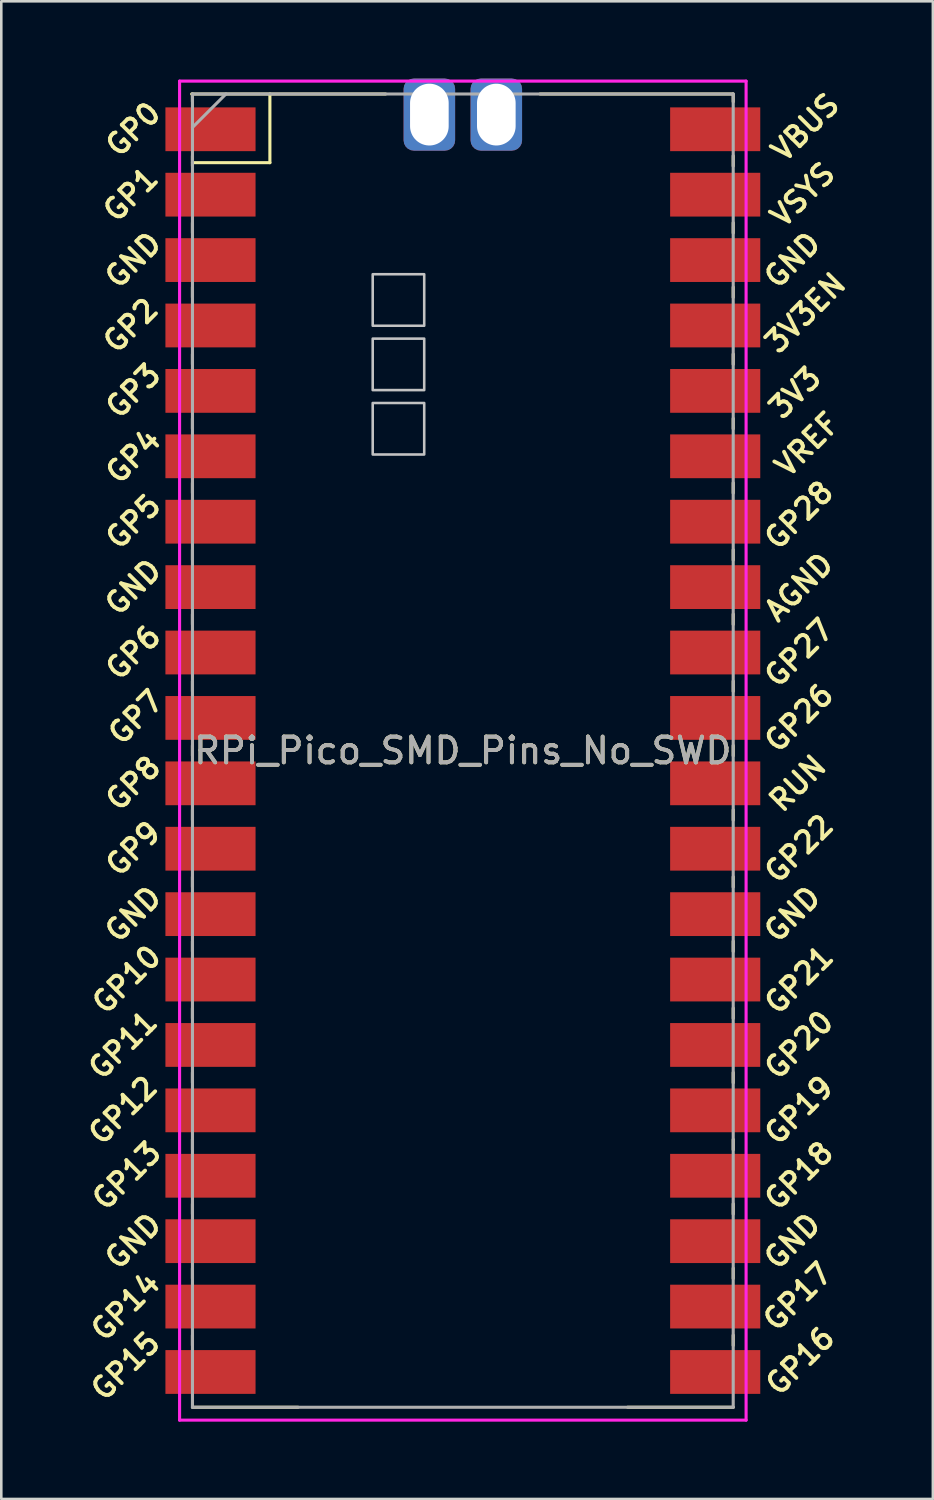
<source format=kicad_pcb>
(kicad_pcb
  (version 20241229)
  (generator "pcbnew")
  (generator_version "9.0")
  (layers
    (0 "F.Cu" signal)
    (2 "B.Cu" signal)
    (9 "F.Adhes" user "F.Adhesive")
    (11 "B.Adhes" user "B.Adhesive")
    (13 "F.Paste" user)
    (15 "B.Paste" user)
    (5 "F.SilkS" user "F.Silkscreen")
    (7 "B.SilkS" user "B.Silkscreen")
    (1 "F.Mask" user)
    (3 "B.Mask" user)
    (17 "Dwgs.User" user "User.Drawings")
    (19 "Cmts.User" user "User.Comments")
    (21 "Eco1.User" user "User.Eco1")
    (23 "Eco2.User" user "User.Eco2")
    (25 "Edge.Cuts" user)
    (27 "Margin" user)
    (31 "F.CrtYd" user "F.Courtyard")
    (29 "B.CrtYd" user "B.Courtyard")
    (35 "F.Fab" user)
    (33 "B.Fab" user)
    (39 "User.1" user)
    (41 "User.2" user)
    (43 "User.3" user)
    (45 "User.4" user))
  (footprint "RPi_Pico_SMD_Pins_No_SWD"
    (layer "F.Cu")
    (at 14.924 26.1)
    (property "Reference" "RPi_Pico_SMD_Pins_No_SWD" (at 0 0 0) (layer "F.SilkS") (effects (font (size 1 1) (thickness 0.15))))
    (attr through_hole)
    (fp_line (start -10.5 -25.5) (end -10.5 -25.2) (stroke (width 0.12) (type solid)) (layer "F.SilkS"))
    (fp_line (start -10.5 -23.1) (end -10.5 -22.7) (stroke (width 0.12) (type solid)) (layer "F.SilkS"))
    (fp_line (start -10.5 -22.833) (end -7.493 -22.833) (stroke (width 0.12) (type solid)) (layer "F.SilkS"))
    (fp_line (start -10.5 -20.5) (end -10.5 -20.1) (stroke (width 0.12) (type solid)) (layer "F.SilkS"))
    (fp_line (start -10.5 -18) (end -10.5 -17.6) (stroke (width 0.12) (type solid)) (layer "F.SilkS"))
    (fp_line (start -10.5 -15.4) (end -10.5 -15) (stroke (width 0.12) (type solid)) (layer "F.SilkS"))
    (fp_line (start -10.5 -12.9) (end -10.5 -12.5) (stroke (width 0.12) (type solid)) (layer "F.SilkS"))
    (fp_line (start -10.5 -10.4) (end -10.5 -10) (stroke (width 0.12) (type solid)) (layer "F.SilkS"))
    (fp_line (start -10.5 -7.8) (end -10.5 -7.4) (stroke (width 0.12) (type solid)) (layer "F.SilkS"))
    (fp_line (start -10.5 -5.3) (end -10.5 -4.9) (stroke (width 0.12) (type solid)) (layer "F.SilkS"))
    (fp_line (start -10.5 -2.7) (end -10.5 -2.3) (stroke (width 0.12) (type solid)) (layer "F.SilkS"))
    (fp_line (start -10.5 -0.2) (end -10.5 0.2) (stroke (width 0.12) (type solid)) (layer "F.SilkS"))
    (fp_line (start -10.5 2.3) (end -10.5 2.7) (stroke (width 0.12) (type solid)) (layer "F.SilkS"))
    (fp_line (start -10.5 4.9) (end -10.5 5.3) (stroke (width 0.12) (type solid)) (layer "F.SilkS"))
    (fp_line (start -10.5 7.4) (end -10.5 7.8) (stroke (width 0.12) (type solid)) (layer "F.SilkS"))
    (fp_line (start -10.5 10) (end -10.5 10.4) (stroke (width 0.12) (type solid)) (layer "F.SilkS"))
    (fp_line (start -10.5 12.5) (end -10.5 12.9) (stroke (width 0.12) (type solid)) (layer "F.SilkS"))
    (fp_line (start -10.5 15.1) (end -10.5 15.5) (stroke (width 0.12) (type solid)) (layer "F.SilkS"))
    (fp_line (start -10.5 17.6) (end -10.5 18) (stroke (width 0.12) (type solid)) (layer "F.SilkS"))
    (fp_line (start -10.5 20.1) (end -10.5 20.5) (stroke (width 0.12) (type solid)) (layer "F.SilkS"))
    (fp_line (start -10.5 22.7) (end -10.5 23.1) (stroke (width 0.12) (type solid)) (layer "F.SilkS"))
    (fp_line (start -7.493 -22.833) (end -7.493 -25.5) (stroke (width 0.12) (type solid)) (layer "F.SilkS"))
    (fp_line (start -6.4 25.5) (end -10.5 25.5) (stroke (width 0.12) (type solid)) (layer "F.SilkS"))
    (fp_line (start -3 -25.5) (end -10.53 -25.5) (stroke (width 0.12) (type solid)) (layer "F.SilkS"))
    (fp_line (start 10.47 -25.5) (end 3 -25.5) (stroke (width 0.12) (type solid)) (layer "F.SilkS"))
    (fp_line (start 10.5 -25.5) (end 10.5 -25.2) (stroke (width 0.12) (type solid)) (layer "F.SilkS"))
    (fp_line (start 10.5 -23.1) (end 10.5 -22.7) (stroke (width 0.12) (type solid)) (layer "F.SilkS"))
    (fp_line (start 10.5 -20.5) (end 10.5 -20.1) (stroke (width 0.12) (type solid)) (layer "F.SilkS"))
    (fp_line (start 10.5 -18) (end 10.5 -17.6) (stroke (width 0.12) (type solid)) (layer "F.SilkS"))
    (fp_line (start 10.5 -15.4) (end 10.5 -15) (stroke (width 0.12) (type solid)) (layer "F.SilkS"))
    (fp_line (start 10.5 -12.9) (end 10.5 -12.5) (stroke (width 0.12) (type solid)) (layer "F.SilkS"))
    (fp_line (start 10.5 -10.4) (end 10.5 -10) (stroke (width 0.12) (type solid)) (layer "F.SilkS"))
    (fp_line (start 10.5 -7.8) (end 10.5 -7.4) (stroke (width 0.12) (type solid)) (layer "F.SilkS"))
    (fp_line (start 10.5 -5.3) (end 10.5 -4.9) (stroke (width 0.12) (type solid)) (layer "F.SilkS"))
    (fp_line (start 10.5 -2.7) (end 10.5 -2.3) (stroke (width 0.12) (type solid)) (layer "F.SilkS"))
    (fp_line (start 10.5 -0.2) (end 10.5 0.2) (stroke (width 0.12) (type solid)) (layer "F.SilkS"))
    (fp_line (start 10.5 2.3) (end 10.5 2.7) (stroke (width 0.12) (type solid)) (layer "F.SilkS"))
    (fp_line (start 10.5 4.9) (end 10.5 5.3) (stroke (width 0.12) (type solid)) (layer "F.SilkS"))
    (fp_line (start 10.5 7.4) (end 10.5 7.8) (stroke (width 0.12) (type solid)) (layer "F.SilkS"))
    (fp_line (start 10.5 10) (end 10.5 10.4) (stroke (width 0.12) (type solid)) (layer "F.SilkS"))
    (fp_line (start 10.5 12.5) (end 10.5 12.9) (stroke (width 0.12) (type solid)) (layer "F.SilkS"))
    (fp_line (start 10.5 15.1) (end 10.5 15.5) (stroke (width 0.12) (type solid)) (layer "F.SilkS"))
    (fp_line (start 10.5 17.6) (end 10.5 18) (stroke (width 0.12) (type solid)) (layer "F.SilkS"))
    (fp_line (start 10.5 20.1) (end 10.5 20.5) (stroke (width 0.12) (type solid)) (layer "F.SilkS"))
    (fp_line (start 10.5 22.7) (end 10.5 23.1) (stroke (width 0.12) (type solid)) (layer "F.SilkS"))
    (fp_line (start 10.5 25.5) (end 6.4 25.5) (stroke (width 0.12) (type solid)) (layer "F.SilkS"))
    (fp_poly (pts (xy -1.5 -16.5) (xy -3.5 -16.5) (xy -3.5 -18.5) (xy -1.5 -18.5)) (stroke (width 0.1) (type solid)) (fill no) (layer "Dwgs.User"))
    (fp_poly (pts (xy -1.5 -14) (xy -3.5 -14) (xy -3.5 -16) (xy -1.5 -16)) (stroke (width 0.1) (type solid)) (fill no) (layer "Dwgs.User"))
    (fp_poly (pts (xy -1.5 -11.5) (xy -3.5 -11.5) (xy -3.5 -13.5) (xy -1.5 -13.5)) (stroke (width 0.1) (type solid)) (fill no) (layer "Dwgs.User"))
    (fp_line (start -11 -26) (end 11 -26) (stroke (width 0.12) (type solid)) (layer "F.CrtYd"))
    (fp_line (start -11 26) (end -11 -26) (stroke (width 0.12) (type solid)) (layer "F.CrtYd"))
    (fp_line (start 11 -26) (end 11 26) (stroke (width 0.12) (type solid)) (layer "F.CrtYd"))
    (fp_line (start 11 26) (end -11 26) (stroke (width 0.12) (type solid)) (layer "F.CrtYd"))
    (fp_line (start -10.5 -25.5) (end 10.5 -25.5) (stroke (width 0.12) (type solid)) (layer "F.Fab"))
    (fp_line (start -10.5 -24.2) (end -9.2 -25.5) (stroke (width 0.12) (type solid)) (layer "F.Fab"))
    (fp_line (start -10.5 25.5) (end -10.5 -25.5) (stroke (width 0.12) (type solid)) (layer "F.Fab"))
    (fp_line (start 10.5 -25.5) (end 10.5 25.5) (stroke (width 0.12) (type solid)) (layer "F.Fab"))
    (fp_line (start 10.5 25.5) (end -10.5 25.5) (stroke (width 0.12) (type solid)) (layer "F.Fab"))
    (fp_text user "GP9" (at -12.8 3.81 45) (layer "F.SilkS") (effects (font (size 0.8 0.8) (thickness 0.15))))
    (fp_text user "GND" (at 12.8 19.05 45) (layer "F.SilkS") (effects (font (size 0.8 0.8) (thickness 0.15))))
    (fp_text user "VSYS" (at 13.2 -21.59 45) (layer "F.SilkS") (effects (font (size 0.8 0.8) (thickness 0.15))))
    (fp_text user "GP4" (at -12.8 -11.43 45) (layer "F.SilkS") (effects (font (size 0.8 0.8) (thickness 0.15))))
    (fp_text user "GP11" (at -13.2 11.43 45) (layer "F.SilkS") (effects (font (size 0.8 0.8) (thickness 0.15))))
    (fp_text user "GP12" (at -13.2 13.97 45) (layer "F.SilkS") (effects (font (size 0.8 0.8) (thickness 0.15))))
    (fp_text user "GP1" (at -12.9 -21.6 45) (layer "F.SilkS") (effects (font (size 0.8 0.8) (thickness 0.15))))
    (fp_text user "GP16" (at 13.1 23.7 45) (layer "F.SilkS") (effects (font (size 0.8 0.8) (thickness 0.15))))
    (fp_text user "GP5" (at -12.8 -8.89 45) (layer "F.SilkS") (effects (font (size 0.8 0.8) (thickness 0.15))))
    (fp_text user "GP2" (at -12.9 -16.51 45) (layer "F.SilkS") (effects (font (size 0.8 0.8) (thickness 0.15))))
    (fp_text user "VREF" (at 13.375 -11.889 45) (layer "F.SilkS") (effects (font (size 0.8 0.8) (thickness 0.15))))
    (fp_text user "GND" (at -12.8 -19.05 45) (layer "F.SilkS") (effects (font (size 0.8 0.8) (thickness 0.15))))
    (fp_text user "GP14" (at -13.1 21.59 45) (layer "F.SilkS") (effects (font (size 0.8 0.8) (thickness 0.15))))
    (fp_text user "GND" (at -12.8 -6.35 45) (layer "F.SilkS") (effects (font (size 0.8 0.8) (thickness 0.15))))
    (fp_text user "GP21" (at 13.054 8.9 45) (layer "F.SilkS") (effects (font (size 0.8 0.8) (thickness 0.15))))
    (fp_text user "GP18" (at 13.054 16.51 45) (layer "F.SilkS") (effects (font (size 0.8 0.8) (thickness 0.15))))
    (fp_text user "GP17" (at 13 21.2 45) (layer "F.SilkS") (effects (font (size 0.8 0.8) (thickness 0.15))))
    (fp_text user "3V3" (at 12.9 -13.9 45) (layer "F.SilkS") (effects (font (size 0.8 0.8) (thickness 0.15))))
    (fp_text user "GP3" (at -12.8 -13.97 45) (layer "F.SilkS") (effects (font (size 0.8 0.8) (thickness 0.15))))
    (fp_text user "GP13" (at -13.054 16.51 45) (layer "F.SilkS") (effects (font (size 0.8 0.8) (thickness 0.15))))
    (fp_text user "GP8" (at -12.8 1.27 45) (layer "F.SilkS") (effects (font (size 0.8 0.8) (thickness 0.15))))
    (fp_text user "3V3EN" (at 13.3 -17 45) (layer "F.SilkS") (effects (font (size 0.8 0.8) (thickness 0.15))))
    (fp_text user "GP6" (at -12.8 -3.81 45) (layer "F.SilkS") (effects (font (size 0.8 0.8) (thickness 0.15))))
    (fp_text user "GP10" (at -13.054 8.89 45) (layer "F.SilkS") (effects (font (size 0.8 0.8) (thickness 0.15))))
    (fp_text user "GND" (at -12.8 19.05 45) (layer "F.SilkS") (effects (font (size 0.8 0.8) (thickness 0.15))))
    (fp_text user "RUN" (at 13 1.27 45) (layer "F.SilkS") (effects (font (size 0.8 0.8) (thickness 0.15))))
    (fp_text user "GP15" (at -13.1 23.9 45) (layer "F.SilkS") (effects (font (size 0.8 0.8) (thickness 0.15))))
    (fp_text user "GP27" (at 13.054 -3.8 45) (layer "F.SilkS") (effects (font (size 0.8 0.8) (thickness 0.15))))
    (fp_text user "GP26" (at 13.054 -1.27 45) (layer "F.SilkS") (effects (font (size 0.8 0.8) (thickness 0.15))))
    (fp_text user "GP22" (at 13.054 3.81 45) (layer "F.SilkS") (effects (font (size 0.8 0.8) (thickness 0.15))))
    (fp_text user "GP19" (at 13.054 13.97 45) (layer "F.SilkS") (effects (font (size 0.8 0.8) (thickness 0.15))))
    (fp_text user "GND" (at 12.8 -19.05 45) (layer "F.SilkS") (effects (font (size 0.8 0.8) (thickness 0.15))))
    (fp_text user "GND" (at 12.8 6.35 45) (layer "F.SilkS") (effects (font (size 0.8 0.8) (thickness 0.15))))
    (fp_text user "GND" (at -12.8 6.35 45) (layer "F.SilkS") (effects (font (size 0.8 0.8) (thickness 0.15))))
    (fp_text user "GP7" (at -12.7 -1.3 45) (layer "F.SilkS") (effects (font (size 0.8 0.8) (thickness 0.15))))
    (fp_text user "VBUS" (at 13.3 -24.2 45) (layer "F.SilkS") (effects (font (size 0.8 0.8) (thickness 0.15))))
    (fp_text user "AGND" (at 13.054 -6.35 45) (layer "F.SilkS") (effects (font (size 0.8 0.8) (thickness 0.15))))
    (fp_text user "GP0" (at -12.8 -24.13 45) (layer "F.SilkS") (effects (font (size 0.8 0.8) (thickness 0.15))))
    (fp_text user "GP28" (at 13.054 -9.144 45) (layer "F.SilkS") (effects (font (size 0.8 0.8) (thickness 0.15))))
    (fp_text user "GP20" (at 13.054 11.43 45) (layer "F.SilkS") (effects (font (size 0.8 0.8) (thickness 0.15))))
    (fp_text user "${REFERENCE}" (at 0 0 180) (layer "F.Fab") (effects (font (size 1 1) (thickness 0.15))))
    (pad "1" smd rect (at -9.8 -24.13) (size 3.5 1.7) (layers "F.Cu" "F.Mask"))
    (pad "2" smd rect (at -9.8 -21.59) (size 3.5 1.7) (layers "F.Cu" "F.Mask"))
    (pad "3" smd rect (at -9.8 -19.05) (size 3.5 1.7) (layers "F.Cu" "F.Mask"))
    (pad "4" smd rect (at -9.8 -16.51) (size 3.5 1.7) (layers "F.Cu" "F.Mask"))
    (pad "5" smd rect (at -9.8 -13.97) (size 3.5 1.7) (layers "F.Cu" "F.Mask"))
    (pad "6" smd rect (at -9.8 -11.43) (size 3.5 1.7) (layers "F.Cu" "F.Mask"))
    (pad "7" smd rect (at -9.8 -8.89) (size 3.5 1.7) (layers "F.Cu" "F.Mask"))
    (pad "8" smd rect (at -9.8 -6.35) (size 3.5 1.7) (layers "F.Cu" "F.Mask"))
    (pad "9" smd rect (at -9.8 -3.81) (size 3.5 1.7) (layers "F.Cu" "F.Mask"))
    (pad "10" smd rect (at -9.8 -1.27) (size 3.5 1.7) (layers "F.Cu" "F.Mask"))
    (pad "11" smd rect (at -9.8 1.27) (size 3.5 1.7) (layers "F.Cu" "F.Mask"))
    (pad "12" smd rect (at -9.8 3.81) (size 3.5 1.7) (layers "F.Cu" "F.Mask"))
    (pad "13" smd rect (at -9.8 6.35) (size 3.5 1.7) (layers "F.Cu" "F.Mask"))
    (pad "14" smd rect (at -9.8 8.89) (size 3.5 1.7) (layers "F.Cu" "F.Mask"))
    (pad "15" smd rect (at -9.8 11.43) (size 3.5 1.7) (layers "F.Cu" "F.Mask"))
    (pad "16" smd rect (at -9.8 13.97) (size 3.5 1.7) (layers "F.Cu" "F.Mask"))
    (pad "17" smd rect (at -9.8 16.51) (size 3.5 1.7) (layers "F.Cu" "F.Mask"))
    (pad "18" smd rect (at -9.8 19.05) (size 3.5 1.7) (layers "F.Cu" "F.Mask"))
    (pad "19" smd rect (at -9.8 21.59) (size 3.5 1.7) (layers "F.Cu" "F.Mask"))
    (pad "20" smd rect (at -9.8 24.13) (size 3.5 1.7) (layers "F.Cu" "F.Mask"))
    (pad "21" smd rect (at 9.8 24.13) (size 3.5 1.7) (layers "F.Cu" "F.Mask"))
    (pad "22" smd rect (at 9.8 21.59) (size 3.5 1.7) (layers "F.Cu" "F.Mask"))
    (pad "23" smd rect (at 9.8 19.05) (size 3.5 1.7) (layers "F.Cu" "F.Mask"))
    (pad "24" smd rect (at 9.8 16.51) (size 3.5 1.7) (layers "F.Cu" "F.Mask"))
    (pad "25" smd rect (at 9.8 13.97) (size 3.5 1.7) (layers "F.Cu" "F.Mask"))
    (pad "26" smd rect (at 9.8 11.43) (size 3.5 1.7) (layers "F.Cu" "F.Mask"))
    (pad "27" smd rect (at 9.8 8.89) (size 3.5 1.7) (layers "F.Cu" "F.Mask"))
    (pad "28" smd rect (at 9.8 6.35) (size 3.5 1.7) (layers "F.Cu" "F.Mask"))
    (pad "29" smd rect (at 9.8 3.81) (size 3.5 1.7) (layers "F.Cu" "F.Mask"))
    (pad "30" smd rect (at 9.8 1.27) (size 3.5 1.7) (layers "F.Cu" "F.Mask"))
    (pad "31" smd rect (at 9.8 -1.27) (size 3.5 1.7) (layers "F.Cu" "F.Mask"))
    (pad "32" smd rect (at 9.8 -3.81) (size 3.5 1.7) (layers "F.Cu" "F.Mask"))
    (pad "33" smd rect (at 9.8 -6.35) (size 3.5 1.7) (layers "F.Cu" "F.Mask"))
    (pad "34" smd rect (at 9.8 -8.89) (size 3.5 1.7) (layers "F.Cu" "F.Mask"))
    (pad "35" smd rect (at 9.8 -11.43) (size 3.5 1.7) (layers "F.Cu" "F.Mask"))
    (pad "36" smd rect (at 9.8 -13.97) (size 3.5 1.7) (layers "F.Cu" "F.Mask"))
    (pad "37" smd rect (at 9.8 -16.51) (size 3.5 1.7) (layers "F.Cu" "F.Mask"))
    (pad "38" smd rect (at 9.8 -19.05) (size 3.5 1.7) (layers "F.Cu" "F.Mask"))
    (pad "39" smd rect (at 9.8 -21.59) (size 3.5 1.7) (layers "F.Cu" "F.Mask"))
    (pad "40" smd rect (at 9.8 -24.13) (size 3.5 1.7) (layers "F.Cu" "F.Mask"))
    (pad "TP2" thru_hole roundrect (at 1.3 -24.7) (size 2 2.8) (drill oval 1.5 2.4) (layers "*.Cu" "*.Mask") (roundrect_rratio 0.2))
    (pad "TP3" thru_hole roundrect (at -1.3 -24.7) (size 2 2.8) (drill oval 1.5 2.4) (layers "*.Cu" "*.Mask") (roundrect_rratio 0.2)))
  (gr_rect
    (start -3 -3)
    (end 33.177 55.16)
    (stroke (width 0.1) (type default))
    (fill no)
    (layer "Edge.Cuts")))
</source>
